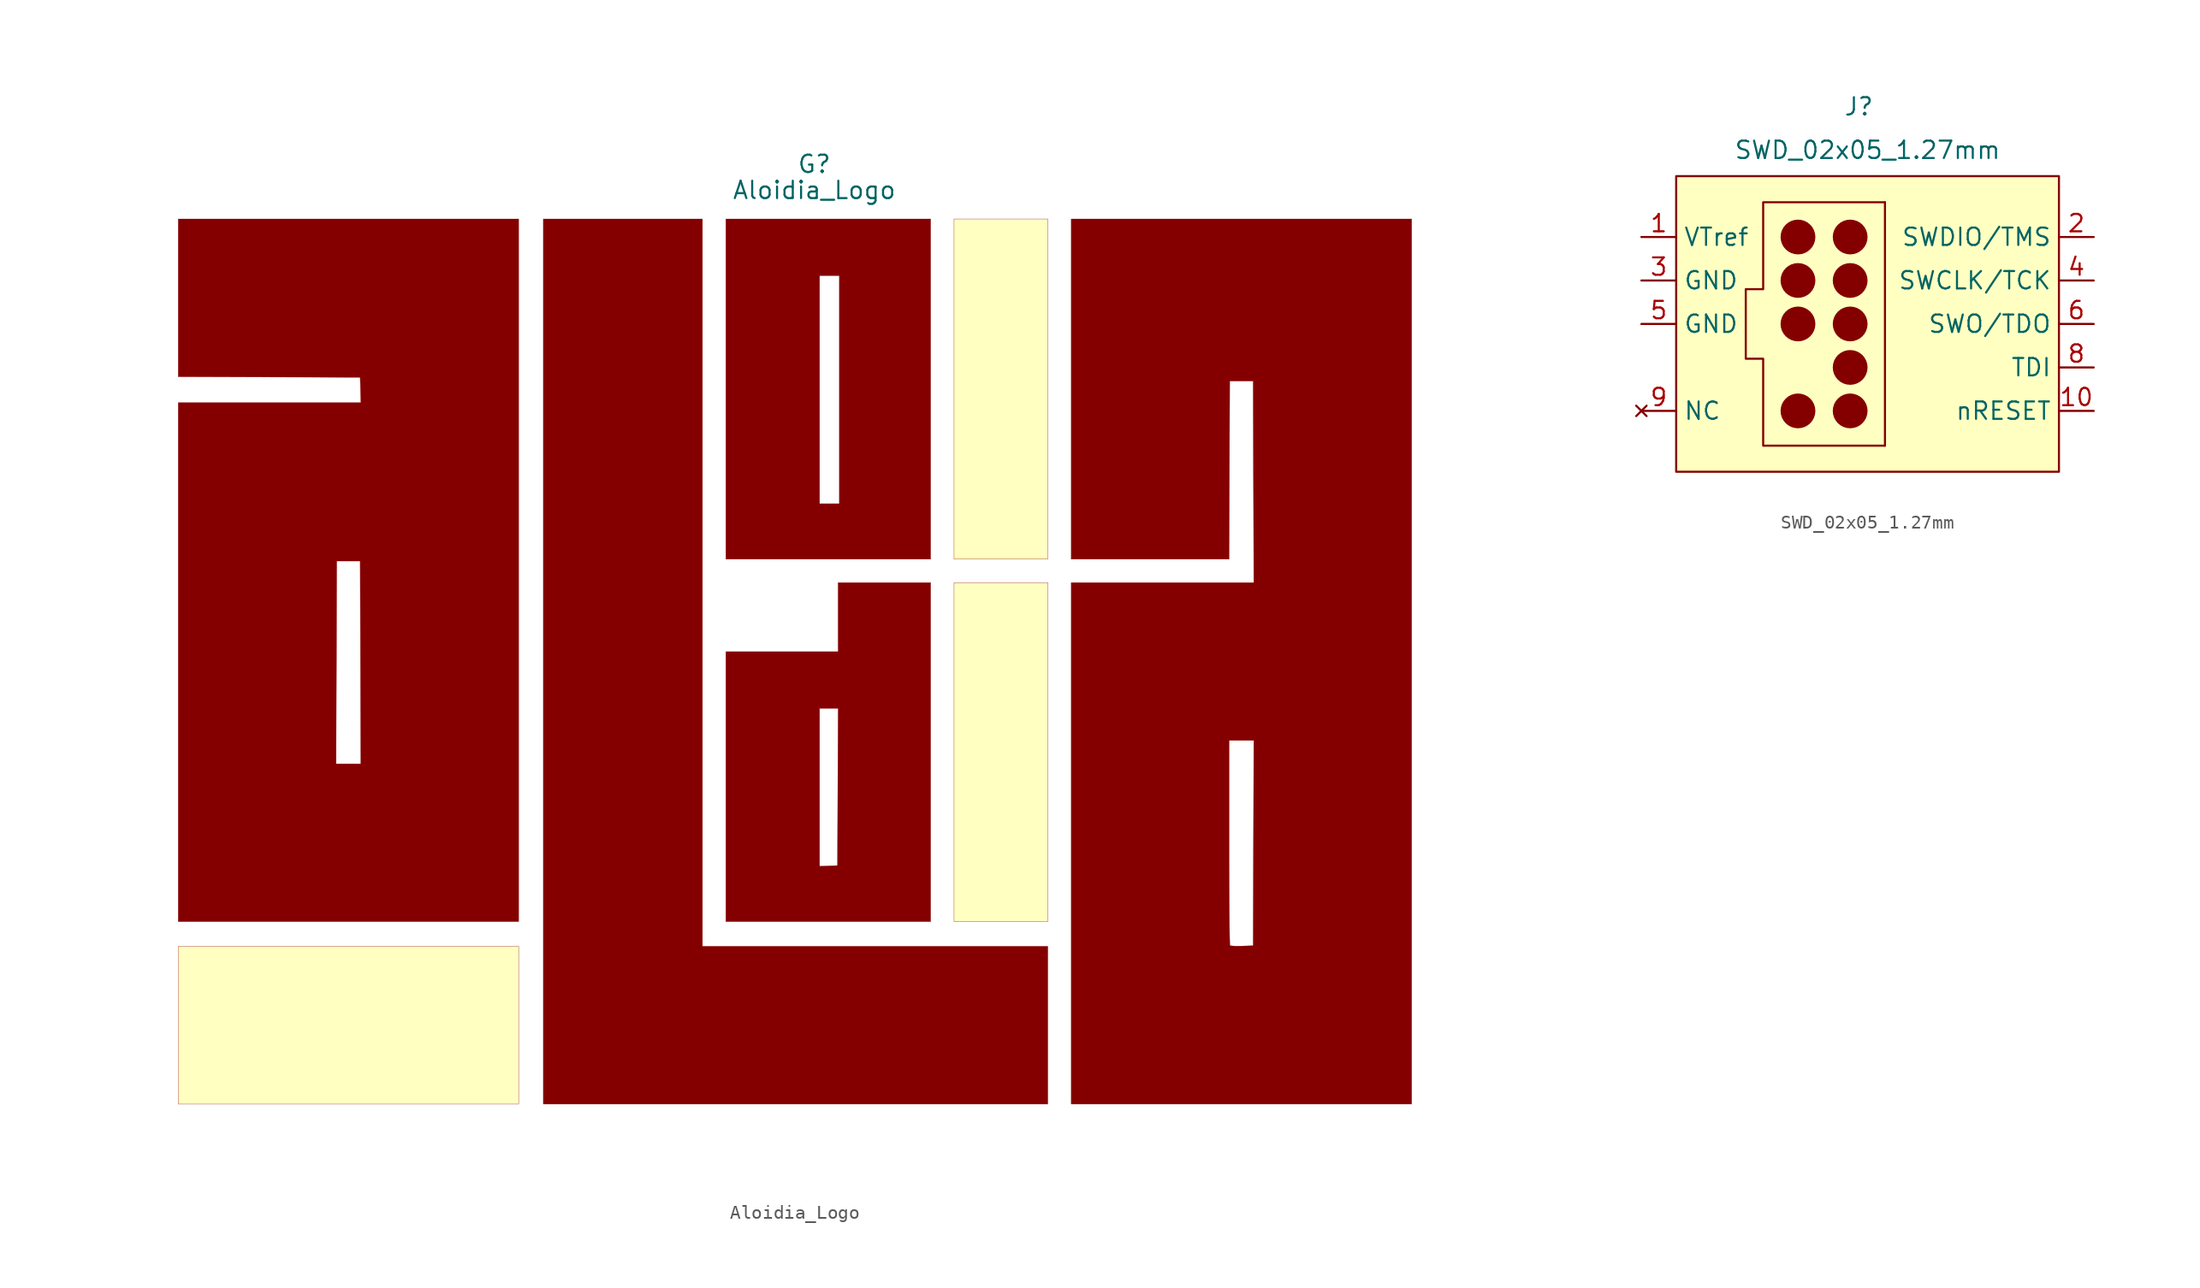
<source format=kicad_sym>
(kicad_symbol_lib
  (version 20211014)
  (generator kicad_symbol_editor)
  (symbol "Aloidia_Logo"
    (pin_numbers hide)
    (pin_names hide)
    (property "Reference" "G"
      (at 1.905 32.385 0)
      (effects (font (size 1.27 1.27))))
    (property "Value" "Aloidia_Logo"
      (at 1.905 30.48 0)
      (effects (font (size 1.27 1.27))))
    (symbol "Aloidia_Logo_0_0"
      (polyline (pts (xy -19.685 -24.765) (xy -44.544 -24.765) (xy -44.544 -36.294) (xy -19.685 -36.294) (xy -19.685 -24.765)) (stroke (width 0.01) (type default) (color 0 0 0 0)) (fill (type background)))
      (polyline (pts (xy 18.956 1.806) (xy 12.11 1.806) (xy 12.11 -22.964) (xy 18.956 -22.964) (xy 18.956 1.806)) (stroke (width 0.01) (type default) (color 0 0 0 0)) (fill (type background)))
      (polyline (pts (xy 18.956 28.377) (xy 12.11 28.377) (xy 12.11 3.517) (xy 18.956 3.517) (xy 18.956 28.377)) (stroke (width 0.01) (type default) (color 0 0 0 0)) (fill (type background)))
      (polyline (pts (xy 18.956 -24.765) (xy -6.264 -24.765) (xy -6.264 28.377) (xy -17.884 28.377) (xy -17.884 -36.294) (xy 18.956 -36.294) (xy 18.956 -24.765)) (stroke (width 0.01) (type default) (color 0 0 0 0)) (fill (type outline)))
      (polyline (pts (xy 10.399 28.377) (xy -4.553 28.377) (xy -4.553 24.234) (xy 2.292 24.234) (xy 3.733 24.234) (xy 3.733 7.571) (xy 2.292 7.571) (xy 2.292 24.234) (xy -4.553 24.234) (xy -4.553 3.517) (xy 10.399 3.517) (xy 10.399 28.377)) (stroke (width 0.01) (type default) (color 0 0 0 0)) (fill (type outline)))
      (polyline (pts (xy 10.399 1.806) (xy 3.643 1.806) (xy 3.643 -3.238) (xy -4.553 -3.238) (xy -4.553 -18.918) (xy 2.292 -18.918) (xy 2.292 -7.381) (xy 3.645 -7.381) (xy 3.622 -13.123) (xy 3.598 -18.865) (xy 2.945 -18.892) (xy 2.292 -18.918) (xy -4.553 -18.918) (xy -4.553 -22.964) (xy 10.399 -22.964) (xy 10.399 1.806)) (stroke (width 0.01) (type default) (color 0 0 0 0)) (fill (type outline)))
      (polyline (pts (xy -19.685 28.377) (xy -44.544 28.377) (xy -44.544 16.849) (xy -31.259 16.803) (xy -31.233 15.88) (xy -31.208 14.956) (xy -44.544 14.956) (xy -44.544 -11.434) (xy -33.017 -11.434) (xy -32.993 -4.026) (xy -32.97 3.382) (xy -31.259 3.382) (xy -31.236 -4.026) (xy -31.213 -11.434) (xy -33.017 -11.434) (xy -44.544 -11.434) (xy -44.544 -22.964) (xy -19.685 -22.964) (xy -19.685 28.377)) (stroke (width 0.01) (type default) (color 0 0 0 0)) (fill (type outline)))
      (polyline (pts (xy 45.526 28.377) (xy 20.667 28.377) (xy 20.667 3.517) (xy 32.195 3.517) (xy 32.241 16.532) (xy 33.952 16.532) (xy 33.998 1.806) (xy 20.667 1.806) (xy 20.667 -9.723) (xy 32.196 -9.723) (xy 33.998 -9.723) (xy 33.952 -24.72) (xy 33.137 -24.746) (xy 32.96 -24.75) (xy 32.62 -24.748) (xy 32.372 -24.733) (xy 32.259 -24.708) (xy 32.254 -24.674) (xy 32.244 -24.481) (xy 32.235 -24.128) (xy 32.227 -23.63) (xy 32.219 -22.999) (xy 32.213 -22.249) (xy 32.207 -21.393) (xy 32.202 -20.446) (xy 32.199 -19.419) (xy 32.197 -18.328) (xy 32.196 -17.184) (xy 32.196 -9.723) (xy 20.667 -9.723) (xy 20.667 -36.294) (xy 45.526 -36.294) (xy 45.526 28.377)) (stroke (width 0.01) (type default) (color 0 0 0 0)) (fill (type outline)))))
  (symbol "SWD_02x05_1.27mm"
    (property "Reference" "J"
      (at 2.54 18.415 0)
      (effects (font (size 1.27 1.27))))
    (property "Value" "SWD_02x05_1.27mm"
      (at 3.175 15.24 0)
      (effects (font (size 1.27 1.27))))
    (symbol "SWD_02x05_1.27mm_0_0"
      (circle (center -1.905 -3.81) (radius 0.0001) (stroke (width 1.27) (type default) (color 0 0 0 0)) (fill (type none)))
      (circle (center -1.905 2.54) (radius 0.0001) (stroke (width 1.27) (type default) (color 0 0 0 0)) (fill (type none)))
      (circle (center -1.905 5.715) (radius 0.0001) (stroke (width 1.27) (type default) (color 0 0 0 0)) (fill (type none)))
      (circle (center -1.905 8.89) (radius 0.0001) (stroke (width 1.27) (type default) (color 0 0 0 0)) (fill (type none)))
      (polyline (pts (xy 0 -8.255) (xy -10.795 -8.255) (xy -10.795 13.335) (xy 17.145 13.335) (xy 17.145 -8.255) (xy 0 -8.255)) (stroke (width 0) (type default) (color 0 0 0 0)) (fill (type background)))
      (polyline (pts (xy 4.445 11.43) (xy -4.445 11.43) (xy -4.445 5.08) (xy -5.715 5.08) (xy -5.715 0) (xy -4.445 0) (xy -4.445 -6.35) (xy 4.445 -6.35)) (stroke (width 0) (type default) (color 0 0 0 0)) (fill (type none)))
      (circle (center 1.905 -3.81) (radius 0.0001) (stroke (width 1.27) (type default) (color 0 0 0 0)) (fill (type none)))
      (circle (center 1.905 -0.635) (radius 0.0001) (stroke (width 1.27) (type default) (color 0 0 0 0)) (fill (type none)))
      (circle (center 1.905 2.54) (radius 0.0001) (stroke (width 1.27) (type default) (color 0 0 0 0)) (fill (type none)))
      (circle (center 1.905 5.715) (radius 0.0001) (stroke (width 1.27) (type default) (color 0 0 0 0)) (fill (type none)))
      (circle (center 1.905 8.89) (radius 0.0001) (stroke (width 1.27) (type default) (color 0 0 0 0)) (fill (type none))))
    (symbol "SWD_02x05_1.27mm_0_1"
      (polyline (pts (xy 4.445 -6.35) (xy 4.445 11.43)) (stroke (width 0) (type default) (color 0 0 0 0)) (fill (type none))))
    (symbol "SWD_02x05_1.27mm_1_1"
      (pin power_in line (at -13.335 8.89 0) (length 2.54) (name "VTref" (effects (font (size 1.27 1.27)))) (number "1" (effects (font (size 1.27 1.27)))))
      (pin bidirectional line (at 19.685 -3.81 180) (length 2.54) (name "nRESET" (effects (font (size 1.27 1.27)))) (number "10" (effects (font (size 1.27 1.27)))))
      (pin bidirectional line (at 19.685 8.89 180) (length 2.54) (name "SWDIO/TMS" (effects (font (size 1.27 1.27)))) (number "2" (effects (font (size 1.27 1.27)))))
      (pin power_in line (at -13.335 5.715 0) (length 2.54) (name "GND" (effects (font (size 1.27 1.27)))) (number "3" (effects (font (size 1.27 1.27)))))
      (pin bidirectional line (at 19.685 5.715 180) (length 2.54) (name "SWCLK/TCK" (effects (font (size 1.27 1.27)))) (number "4" (effects (font (size 1.27 1.27)))))
      (pin power_in line (at -13.335 2.54 0) (length 2.54) (name "GND" (effects (font (size 1.27 1.27)))) (number "5" (effects (font (size 1.27 1.27)))))
      (pin input line (at 19.685 2.54 180) (length 2.54) (name "SWO/TDO" (effects (font (size 1.27 1.27)))) (number "6" (effects (font (size 1.27 1.27)))))
      (pin no_connect line (at -13.335 -0.635 0) (length 2.54) hide (name "NC" (effects (font (size 1.27 1.27)))) (number "7" (effects (font (size 1.27 1.27)))))
      (pin input line (at 19.685 -0.635 180) (length 2.54) (name "TDI" (effects (font (size 1.27 1.27)))) (number "8" (effects (font (size 1.27 1.27)))))
      (pin no_connect line (at -13.335 -3.81 0) (length 2.54) (name "NC" (effects (font (size 1.27 1.27)))) (number "9" (effects (font (size 1.27 1.27))))))))
</source>
